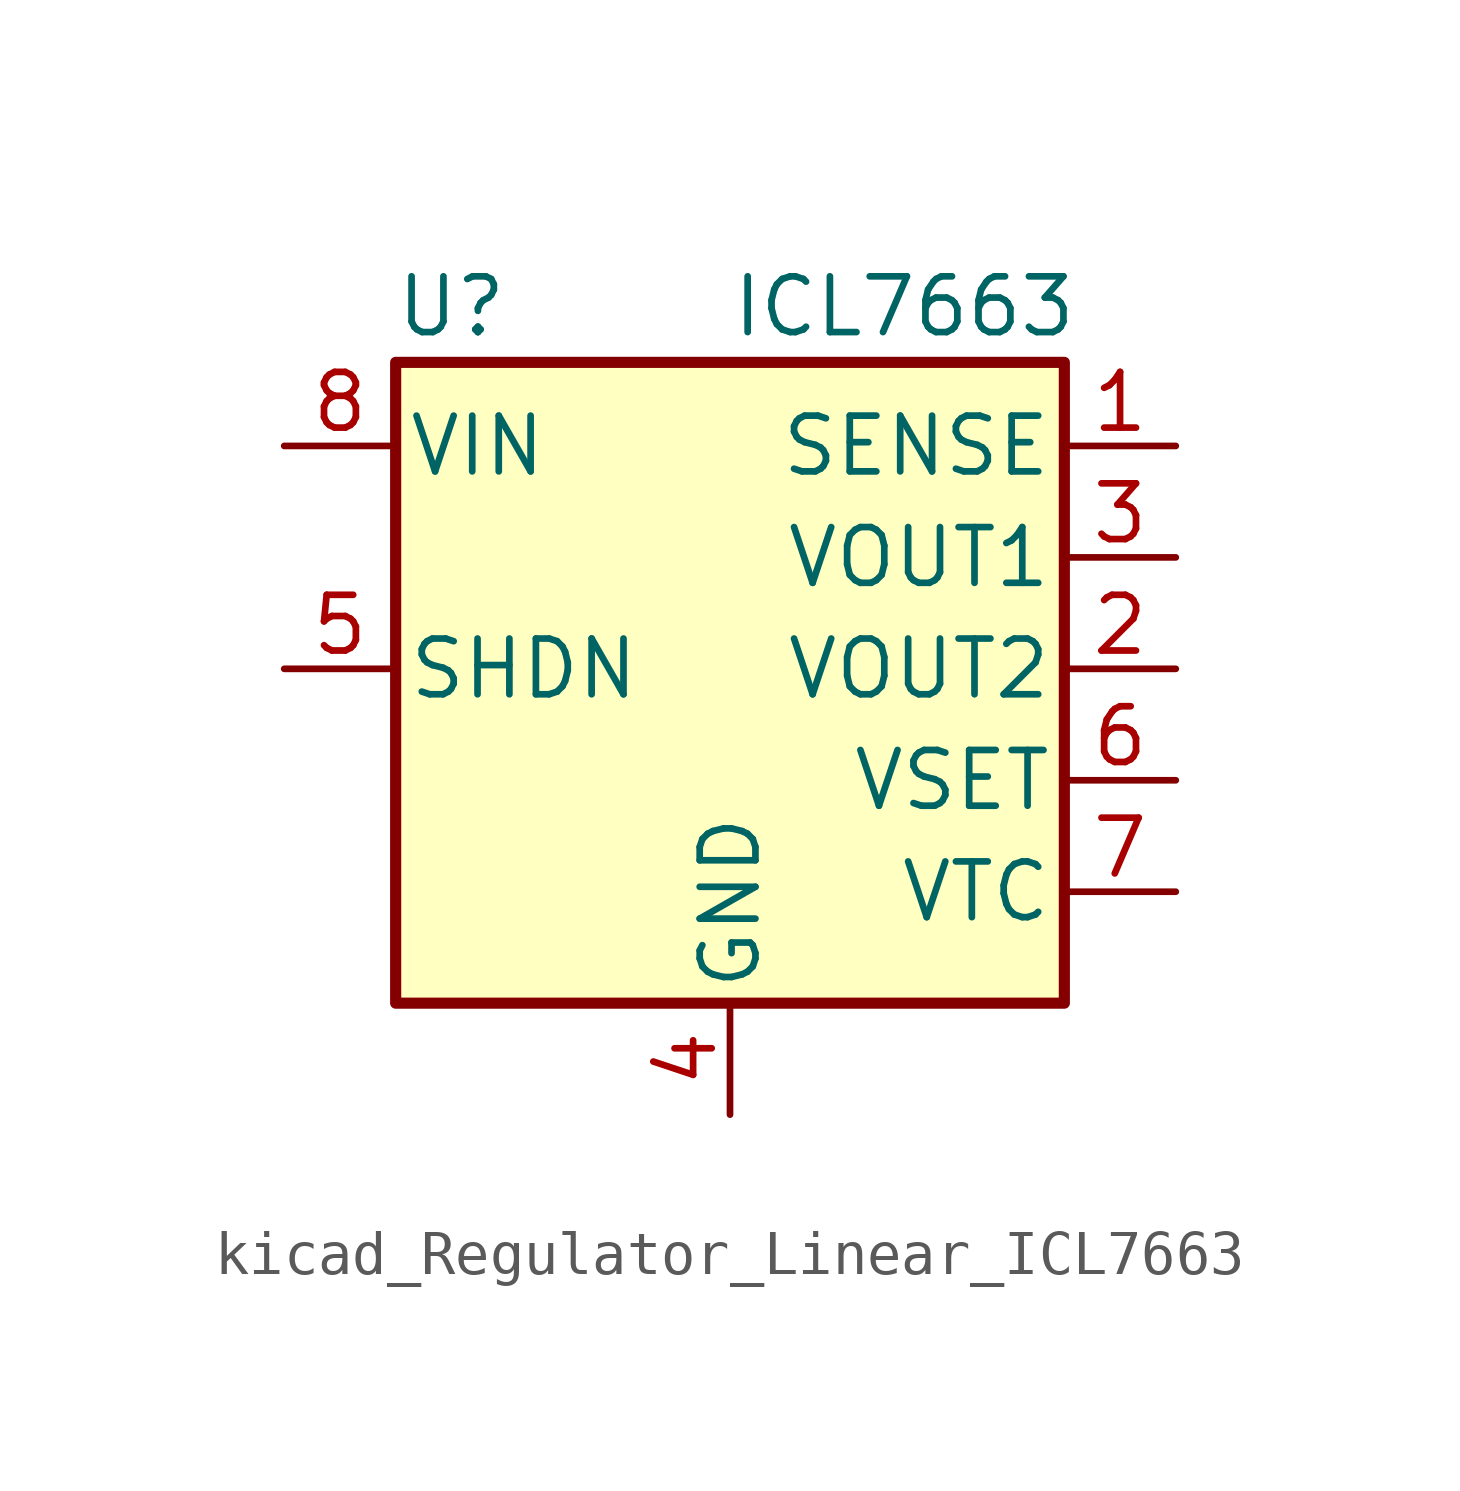
<source format=kicad_sym>
(kicad_symbol_lib
  (version 20220914)
  (generator kicad_symbol_editor)
  (symbol "kicad_Regulator_Linear_ICL7663"
    (pin_names
      (offset 0.254))
    (property "Reference" "U"
      (at -6.35 8.255 0)
      (effects (font (size 1.27 1.27))))
    (property "Value" "ICL7663"
      (at 0 8.255 0)
      (effects (font (size 1.27 1.27)) (justify left)))
    (symbol "kicad_Regulator_Linear_ICL7663_0_1"
      (rectangle (start -7.62 -7.62) (end 7.62 6.985) (stroke (width 0.254) (type default)) (fill (type background))))
    (symbol "kicad_Regulator_Linear_ICL7663_1_1"
      (pin input line (at 10.16 5.08 180) (length 2.54) (name "SENSE" (effects (font (size 1.27 1.27)))) (number "1" (effects (font (size 1.27 1.27)))))
      (pin power_out line (at 10.16 0 180) (length 2.54) (name "VOUT2" (effects (font (size 1.27 1.27)))) (number "2" (effects (font (size 1.27 1.27)))))
      (pin power_out line (at 10.16 2.54 180) (length 2.54) (name "VOUT1" (effects (font (size 1.27 1.27)))) (number "3" (effects (font (size 1.27 1.27)))))
      (pin power_in line (at 0 -10.16 90) (length 2.54) (name "GND" (effects (font (size 1.27 1.27)))) (number "4" (effects (font (size 1.27 1.27)))))
      (pin input line (at -10.16 0 0) (length 2.54) (name "SHDN" (effects (font (size 1.27 1.27)))) (number "5" (effects (font (size 1.27 1.27)))))
      (pin input line (at 10.16 -2.54 180) (length 2.54) (name "VSET" (effects (font (size 1.27 1.27)))) (number "6" (effects (font (size 1.27 1.27)))))
      (pin output line (at 10.16 -5.08 180) (length 2.54) (name "VTC" (effects (font (size 1.27 1.27)))) (number "7" (effects (font (size 1.27 1.27)))))
      (pin power_in line (at -10.16 5.08 0) (length 2.54) (name "VIN" (effects (font (size 1.27 1.27)))) (number "8" (effects (font (size 1.27 1.27))))))))
</source>
